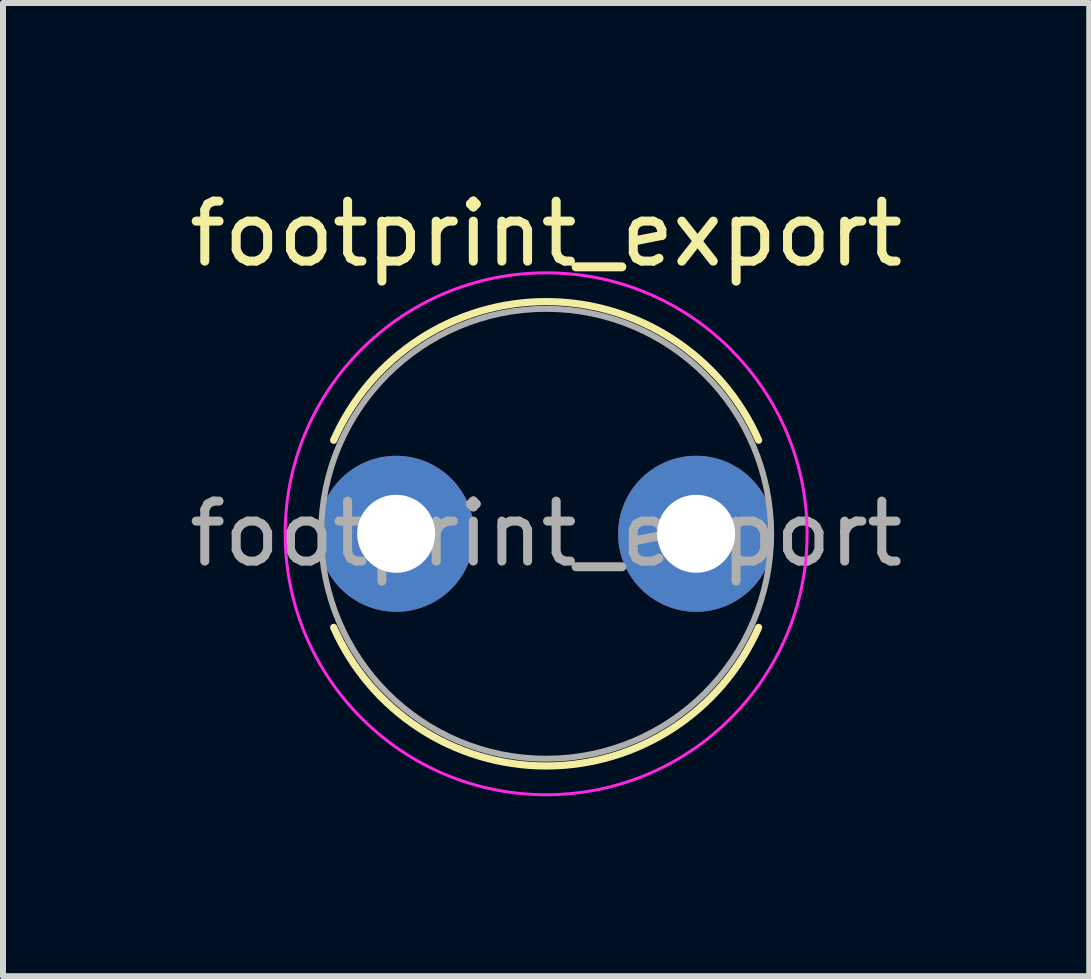
<source format=kicad_pcb>
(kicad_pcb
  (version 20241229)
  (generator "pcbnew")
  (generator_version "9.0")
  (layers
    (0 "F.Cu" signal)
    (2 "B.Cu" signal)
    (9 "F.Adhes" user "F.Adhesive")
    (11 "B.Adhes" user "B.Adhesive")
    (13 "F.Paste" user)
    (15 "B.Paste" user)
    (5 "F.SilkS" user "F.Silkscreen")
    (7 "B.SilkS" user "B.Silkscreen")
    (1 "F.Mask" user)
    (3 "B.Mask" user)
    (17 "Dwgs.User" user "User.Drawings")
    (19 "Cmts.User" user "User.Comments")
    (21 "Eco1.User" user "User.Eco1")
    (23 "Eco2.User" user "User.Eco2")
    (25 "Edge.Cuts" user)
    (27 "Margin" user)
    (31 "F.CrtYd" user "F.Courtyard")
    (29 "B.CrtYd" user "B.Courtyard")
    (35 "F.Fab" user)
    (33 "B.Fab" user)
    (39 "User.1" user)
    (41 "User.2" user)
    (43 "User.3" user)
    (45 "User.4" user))
  (footprint "footprint_export"
    (layer "F.Cu")
    (at 3.554 5.848)
    (property "Reference" "footprint_export" (at 2.5 -5 0) (layer "F.SilkS") (effects (font (size 1 1) (thickness 0.15))))
    (attr through_hole)
    (fp_arc (start -1.041652 -1.56) (mid 2.5 -3.87) (end 6.041652 -1.56) (stroke (width 0.12) (type solid)) (layer "F.SilkS"))
    (fp_arc (start 6.041652 1.56) (mid 2.5 3.87) (end -1.041652 1.56) (stroke (width 0.12) (type solid)) (layer "F.SilkS"))
    (fp_circle (center 2.5 0) (end 6.85 0) (stroke (width 0.05) (type solid)) (fill no) (layer "F.CrtYd"))
    (fp_circle (center 2.5 0) (end 6.25 0) (stroke (width 0.1) (type solid)) (fill no) (layer "F.Fab"))
    (fp_text user "${REFERENCE}" (at 2.5 0 0) (layer "F.Fab") (effects (font (size 1 1) (thickness 0.15))))
    (pad "1" thru_hole circle (at 0 0) (size 2.6 2.6) (drill 1.3) (layers "*.Cu" "*.Mask"))
    (pad "2" thru_hole circle (at 5 0) (size 2.6 2.6) (drill 1.3) (layers "*.Cu" "*.Mask")))
  (gr_rect
    (start -3 -3)
    (end 15.107 13.223)
    (stroke (width 0.1) (type default))
    (fill no)
    (layer "Edge.Cuts")))
</source>
